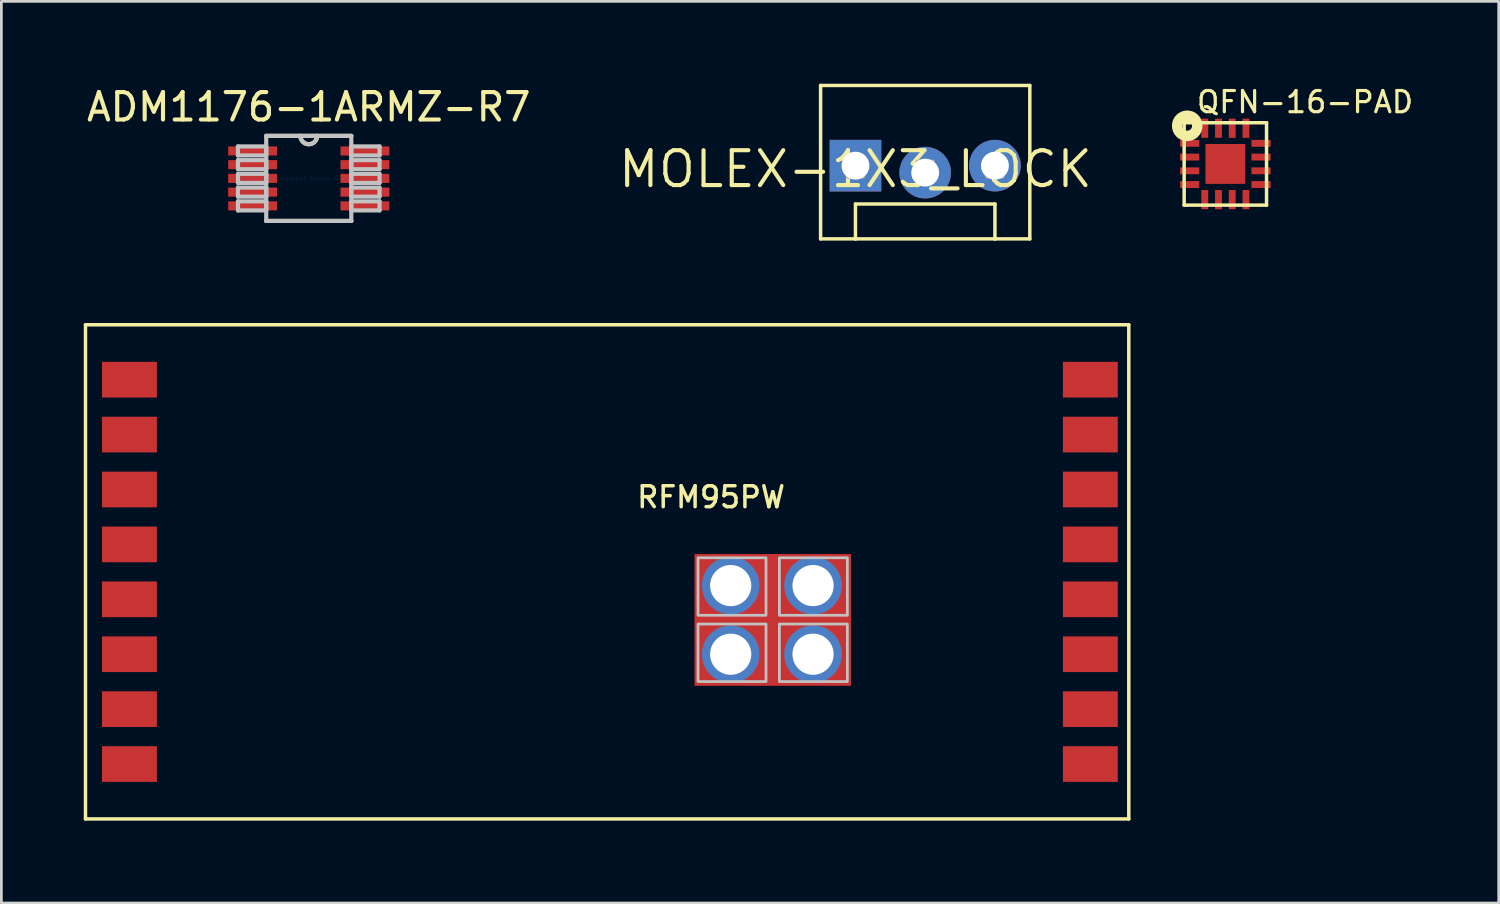
<source format=kicad_pcb>
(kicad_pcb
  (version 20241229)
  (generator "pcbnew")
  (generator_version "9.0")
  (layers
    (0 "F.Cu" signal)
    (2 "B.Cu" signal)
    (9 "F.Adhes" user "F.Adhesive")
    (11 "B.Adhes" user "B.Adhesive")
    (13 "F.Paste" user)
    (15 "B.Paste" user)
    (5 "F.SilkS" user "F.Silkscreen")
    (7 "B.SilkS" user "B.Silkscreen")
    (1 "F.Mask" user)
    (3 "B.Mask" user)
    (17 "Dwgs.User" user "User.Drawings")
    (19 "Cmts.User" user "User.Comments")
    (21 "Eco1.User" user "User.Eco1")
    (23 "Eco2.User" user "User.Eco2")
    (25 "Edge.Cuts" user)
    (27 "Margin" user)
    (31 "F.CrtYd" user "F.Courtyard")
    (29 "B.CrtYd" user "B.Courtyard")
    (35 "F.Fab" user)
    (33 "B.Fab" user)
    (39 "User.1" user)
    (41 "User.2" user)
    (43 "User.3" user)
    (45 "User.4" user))
  (footprint "RFM95PW"
    (layer "F.Cu")
    (at 19.064 17.279)
    (property "Reference" "RFM95PW" (at 1.016 -2.667 180) (layer "F.SilkS") (effects (font (size 0.762 0.762) (thickness 0.127)) (justify left top)))
    (attr through_hole)
    (fp_line (start -19 -8.5) (end 19 -8.5) (stroke (width 0.127) (type solid)) (layer "F.SilkS"))
    (fp_line (start -19 9.5) (end -19 -8.5) (stroke (width 0.127) (type solid)) (layer "F.SilkS"))
    (fp_line (start -19 9.5) (end 19 9.5) (stroke (width 0.127) (type solid)) (layer "F.SilkS"))
    (fp_line (start 19 9.5) (end 19 -8.5) (stroke (width 0.127) (type solid)) (layer "F.SilkS"))
    (fp_poly (pts (xy 5.787 2.083) (xy 3.31 2.083) (xy 3.31 -0.013) (xy 5.787 -0.013)) (stroke (width 0.1) (type solid)) (fill no) (layer "Dwgs.User"))
    (fp_poly (pts (xy 5.787 4.496) (xy 3.31 4.496) (xy 3.31 2.4) (xy 5.787 2.4)) (stroke (width 0.1) (type solid)) (fill no) (layer "Dwgs.User"))
    (fp_poly (pts (xy 8.75 2.083) (xy 6.274 2.083) (xy 6.274 -0.013) (xy 8.75 -0.013)) (stroke (width 0.1) (type solid)) (fill no) (layer "Dwgs.User"))
    (fp_poly (pts (xy 8.75 4.496) (xy 6.274 4.496) (xy 6.274 2.4) (xy 8.75 2.4)) (stroke (width 0.1) (type solid)) (fill no) (layer "Dwgs.User"))
    (pad "" thru_hole circle (at 4.5 1) (size 2.1 2.1) (drill 1.5) (layers "*.Cu" "*.Mask"))
    (pad "" thru_hole circle (at 4.5 3.5) (size 2.1 2.1) (drill 1.5) (layers "*.Cu" "*.Mask"))
    (pad "" thru_hole circle (at 7.5 1) (size 2.1 2.1) (drill 1.5) (layers "*.Cu" "*.Mask"))
    (pad "" thru_hole circle (at 7.5 3.5) (size 2.1 2.1) (drill 1.5) (layers "*.Cu" "*.Mask"))
    (pad "1" smd rect (at 17.6 7.5) (size 2 1.3) (layers "F.Cu" "F.Mask" "F.Paste"))
    (pad "2" smd rect (at 17.6 5.5) (size 2 1.3) (layers "F.Cu" "F.Mask" "F.Paste"))
    (pad "3" smd rect (at 17.6 3.5) (size 2 1.3) (layers "F.Cu" "F.Mask" "F.Paste"))
    (pad "4" smd rect (at 17.6 1.5) (size 2 1.3) (layers "F.Cu" "F.Mask" "F.Paste"))
    (pad "5" smd rect (at 17.6 -0.5) (size 2 1.3) (layers "F.Cu" "F.Mask" "F.Paste"))
    (pad "6" smd rect (at 17.6 -2.5) (size 2 1.3) (layers "F.Cu" "F.Mask" "F.Paste"))
    (pad "7" smd rect (at 17.6 -4.5) (size 2 1.3) (layers "F.Cu" "F.Mask" "F.Paste"))
    (pad "8" smd rect (at 17.6 -6.5) (size 2 1.3) (layers "F.Cu" "F.Mask" "F.Paste"))
    (pad "9" smd rect (at -17.4 -6.5) (size 2 1.3) (layers "F.Cu" "F.Mask" "F.Paste"))
    (pad "10" smd rect (at -17.4 -4.5) (size 2 1.3) (layers "F.Cu" "F.Mask" "F.Paste"))
    (pad "11" smd rect (at -17.4 -2.5) (size 2 1.3) (layers "F.Cu" "F.Mask" "F.Paste"))
    (pad "12" smd rect (at -17.4 -0.5) (size 2 1.3) (layers "F.Cu" "F.Mask" "F.Paste"))
    (pad "13" smd rect (at -17.4 1.5) (size 2 1.3) (layers "F.Cu" "F.Mask" "F.Paste"))
    (pad "14" smd rect (at -17.4 3.5) (size 2 1.3) (layers "F.Cu" "F.Mask" "F.Paste"))
    (pad "15" smd rect (at -17.4 5.5) (size 2 1.3) (layers "F.Cu" "F.Mask" "F.Paste"))
    (pad "16" smd rect (at -17.4 7.5) (size 2 1.3) (layers "F.Cu" "F.Mask" "F.Paste"))
    (pad "17" smd rect (at 6.032 2.25) (size 5.7 4.8) (layers "F.Cu" "F.Mask")))
  (footprint "QFN-16-PAD"
    (layer "F.Cu")
    (at 41.582 2.921)
    (property "Reference" "QFN-16-PAD" (at -1.106 -1.802 180) (layer "F.SilkS") (effects (font (size 0.772 0.772) (thickness 0.116)) (justify left bottom)))
    (attr through_hole)
    (fp_line (start -1.5 -1.5) (end 1.5 -1.5) (stroke (width 0.127) (type solid)) (layer "F.SilkS"))
    (fp_line (start -1.5 1.5) (end -1.5 -1.5) (stroke (width 0.127) (type solid)) (layer "F.SilkS"))
    (fp_line (start 1.5 -1.5) (end 1.5 1.5) (stroke (width 0.127) (type solid)) (layer "F.SilkS"))
    (fp_line (start 1.5 1.5) (end -1.5 1.5) (stroke (width 0.127) (type solid)) (layer "F.SilkS"))
    (fp_circle (center -1.389 -1.389) (end -1.212 -1.389) (stroke (width 0.381) (type solid)) (fill no) (layer "F.SilkS"))
    (pad "P$1" smd rect (at -1.3 -0.75 90) (size 0.25 0.7) (layers "F.Cu" "F.Mask" "F.Paste"))
    (pad "P$2" smd rect (at -1.3 -0.25 90) (size 0.25 0.7) (layers "F.Cu" "F.Mask" "F.Paste"))
    (pad "P$3" smd rect (at -1.3 0.25 90) (size 0.25 0.7) (layers "F.Cu" "F.Mask" "F.Paste"))
    (pad "P$4" smd rect (at -1.3 0.75 90) (size 0.25 0.7) (layers "F.Cu" "F.Mask" "F.Paste"))
    (pad "P$5" smd rect (at -0.75 1.3) (size 0.25 0.7) (layers "F.Cu" "F.Mask" "F.Paste"))
    (pad "P$6" smd rect (at -0.25 1.3) (size 0.25 0.7) (layers "F.Cu" "F.Mask" "F.Paste"))
    (pad "P$7" smd rect (at 0.25 1.3) (size 0.25 0.7) (layers "F.Cu" "F.Mask" "F.Paste"))
    (pad "P$8" smd rect (at 0.75 1.3) (size 0.25 0.7) (layers "F.Cu" "F.Mask" "F.Paste"))
    (pad "P$9" smd rect (at 1.3 0.75 270) (size 0.25 0.7) (layers "F.Cu" "F.Mask" "F.Paste"))
    (pad "P$10" smd rect (at 1.3 0.25 270) (size 0.25 0.7) (layers "F.Cu" "F.Mask" "F.Paste"))
    (pad "P$11" smd rect (at 1.3 -0.25 270) (size 0.25 0.7) (layers "F.Cu" "F.Mask" "F.Paste"))
    (pad "P$12" smd rect (at 1.3 -0.75 270) (size 0.25 0.7) (layers "F.Cu" "F.Mask" "F.Paste"))
    (pad "P$13" smd rect (at 0.75 -1.3 180) (size 0.25 0.7) (layers "F.Cu" "F.Mask" "F.Paste"))
    (pad "P$14" smd rect (at 0.25 -1.3 180) (size 0.25 0.7) (layers "F.Cu" "F.Mask" "F.Paste"))
    (pad "P$15" smd rect (at -0.25 -1.3 180) (size 0.25 0.7) (layers "F.Cu" "F.Mask" "F.Paste"))
    (pad "P$16" smd rect (at -0.75 -1.3 180) (size 0.25 0.7) (layers "F.Cu" "F.Mask" "F.Paste"))
    (pad "P$17" smd rect (at 0 0 270) (size 1.45 1.45) (layers "F.Cu" "F.Mask" "F.Paste")))
  (footprint "MOLEX-1X3_LOCK"
    (layer "F.Cu")
    (at 28.109 3.111)
    (property "Reference" "MOLEX-1X3_LOCK" (at 0 0 0) (layer "F.SilkS") (effects (font (size 1.27 1.27) (thickness 0.15))))
    (attr through_hole)
    (fp_line (start -1.27 -3.048) (end -1.27 2.54) (stroke (width 0.127) (type solid)) (layer "F.SilkS"))
    (fp_line (start 0 1.27) (end 5.08 1.27) (stroke (width 0.127) (type solid)) (layer "F.SilkS"))
    (fp_line (start 0 2.54) (end -1.27 2.54) (stroke (width 0.127) (type solid)) (layer "F.SilkS"))
    (fp_line (start 0 2.54) (end 0 1.27) (stroke (width 0.127) (type solid)) (layer "F.SilkS"))
    (fp_line (start 5.08 1.27) (end 5.08 2.54) (stroke (width 0.127) (type solid)) (layer "F.SilkS"))
    (fp_line (start 5.08 2.54) (end 0 2.54) (stroke (width 0.127) (type solid)) (layer "F.SilkS"))
    (fp_line (start 6.35 -3.048) (end -1.27 -3.048) (stroke (width 0.127) (type solid)) (layer "F.SilkS"))
    (fp_line (start 6.35 -3.048) (end 6.35 2.54) (stroke (width 0.127) (type solid)) (layer "F.SilkS"))
    (fp_line (start 6.35 2.54) (end 5.08 2.54) (stroke (width 0.127) (type solid)) (layer "F.SilkS"))
    (fp_poly (pts (xy -0.292 0.292) (xy 0.292 0.292) (xy 0.292 -0.292) (xy -0.292 -0.292)) (stroke (width 0.1) (type solid)) (fill no) (layer "F.Fab"))
    (fp_poly (pts (xy 2.248 0.292) (xy 2.832 0.292) (xy 2.832 -0.292) (xy 2.248 -0.292)) (stroke (width 0.1) (type solid)) (fill no) (layer "F.Fab"))
    (fp_poly (pts (xy 4.788 0.292) (xy 5.372 0.292) (xy 5.372 -0.292) (xy 4.788 -0.292)) (stroke (width 0.1) (type solid)) (fill no) (layer "F.Fab"))
    (pad "1" thru_hole rect (at 0 -0.127) (size 1.88 1.88) (drill 1.016) (layers "*.Cu" "*.Mask"))
    (pad "2" thru_hole circle (at 2.54 0.127) (size 1.88 1.88) (drill 1.016) (layers "*.Cu" "*.Mask"))
    (pad "3" thru_hole circle (at 5.08 -0.127) (size 1.88 1.88) (drill 1.016) (layers "*.Cu" "*.Mask")))
  (footprint "ADM1176-1ARMZ-R7"
    (layer "F.Cu")
    (at 8.196 3.448)
    (property "Reference" "ADM1176-1ARMZ-R7" (at 0 -2.6 0) (layer "F.SilkS") (effects (font (size 1 1) (thickness 0.15))))
    (attr through_hole)
    (fp_line (start -1.549 1.549) (end 1.549 1.549) (stroke (width 0.152) (type solid)) (layer "F.SilkS"))
    (fp_line (start 1.549 -1.549) (end -1.549 -1.549) (stroke (width 0.152) (type solid)) (layer "F.SilkS"))
    (fp_arc (start 0.3048 -1.5494) (mid 0 -1.2446) (end -0.3048 -1.5494) (stroke (width 0.1524) (type solid)) (layer "F.SilkS"))
    (fp_line (start -2.578 -1.165) (end -2.578 -0.835) (stroke (width 0.152) (type solid)) (layer "Dwgs.User"))
    (fp_line (start -2.578 -0.835) (end -1.549 -0.835) (stroke (width 0.152) (type solid)) (layer "Dwgs.User"))
    (fp_line (start -2.578 -0.665) (end -2.578 -0.335) (stroke (width 0.152) (type solid)) (layer "Dwgs.User"))
    (fp_line (start -2.578 -0.335) (end -1.549 -0.335) (stroke (width 0.152) (type solid)) (layer "Dwgs.User"))
    (fp_line (start -2.578 -0.165) (end -2.578 0.165) (stroke (width 0.152) (type solid)) (layer "Dwgs.User"))
    (fp_line (start -2.578 0.165) (end -1.549 0.165) (stroke (width 0.152) (type solid)) (layer "Dwgs.User"))
    (fp_line (start -2.578 0.335) (end -2.578 0.665) (stroke (width 0.152) (type solid)) (layer "Dwgs.User"))
    (fp_line (start -2.578 0.665) (end -1.549 0.665) (stroke (width 0.152) (type solid)) (layer "Dwgs.User"))
    (fp_line (start -2.578 0.835) (end -2.578 1.165) (stroke (width 0.152) (type solid)) (layer "Dwgs.User"))
    (fp_line (start -2.578 1.165) (end -1.549 1.165) (stroke (width 0.152) (type solid)) (layer "Dwgs.User"))
    (fp_line (start -1.549 -1.549) (end -1.549 1.549) (stroke (width 0.152) (type solid)) (layer "Dwgs.User"))
    (fp_line (start -1.549 -1.165) (end -2.578 -1.165) (stroke (width 0.152) (type solid)) (layer "Dwgs.User"))
    (fp_line (start -1.549 -0.835) (end -1.549 -1.165) (stroke (width 0.152) (type solid)) (layer "Dwgs.User"))
    (fp_line (start -1.549 -0.665) (end -2.578 -0.665) (stroke (width 0.152) (type solid)) (layer "Dwgs.User"))
    (fp_line (start -1.549 -0.335) (end -1.549 -0.665) (stroke (width 0.152) (type solid)) (layer "Dwgs.User"))
    (fp_line (start -1.549 -0.165) (end -2.578 -0.165) (stroke (width 0.152) (type solid)) (layer "Dwgs.User"))
    (fp_line (start -1.549 0.165) (end -1.549 -0.165) (stroke (width 0.152) (type solid)) (layer "Dwgs.User"))
    (fp_line (start -1.549 0.335) (end -2.578 0.335) (stroke (width 0.152) (type solid)) (layer "Dwgs.User"))
    (fp_line (start -1.549 0.665) (end -1.549 0.335) (stroke (width 0.152) (type solid)) (layer "Dwgs.User"))
    (fp_line (start -1.549 0.835) (end -2.578 0.835) (stroke (width 0.152) (type solid)) (layer "Dwgs.User"))
    (fp_line (start -1.549 1.165) (end -1.549 0.835) (stroke (width 0.152) (type solid)) (layer "Dwgs.User"))
    (fp_line (start -1.549 1.549) (end 1.549 1.549) (stroke (width 0.152) (type solid)) (layer "Dwgs.User"))
    (fp_line (start 1.549 -1.549) (end -1.549 -1.549) (stroke (width 0.152) (type solid)) (layer "Dwgs.User"))
    (fp_line (start 1.549 -1.165) (end 1.549 -0.835) (stroke (width 0.152) (type solid)) (layer "Dwgs.User"))
    (fp_line (start 1.549 -0.835) (end 2.578 -0.835) (stroke (width 0.152) (type solid)) (layer "Dwgs.User"))
    (fp_line (start 1.549 -0.665) (end 1.549 -0.335) (stroke (width 0.152) (type solid)) (layer "Dwgs.User"))
    (fp_line (start 1.549 -0.335) (end 2.578 -0.335) (stroke (width 0.152) (type solid)) (layer "Dwgs.User"))
    (fp_line (start 1.549 -0.165) (end 1.549 0.165) (stroke (width 0.152) (type solid)) (layer "Dwgs.User"))
    (fp_line (start 1.549 0.165) (end 2.578 0.165) (stroke (width 0.152) (type solid)) (layer "Dwgs.User"))
    (fp_line (start 1.549 0.335) (end 1.549 0.665) (stroke (width 0.152) (type solid)) (layer "Dwgs.User"))
    (fp_line (start 1.549 0.665) (end 2.578 0.665) (stroke (width 0.152) (type solid)) (layer "Dwgs.User"))
    (fp_line (start 1.549 0.835) (end 1.549 1.165) (stroke (width 0.152) (type solid)) (layer "Dwgs.User"))
    (fp_line (start 1.549 1.165) (end 2.578 1.165) (stroke (width 0.152) (type solid)) (layer "Dwgs.User"))
    (fp_line (start 1.549 1.549) (end 1.549 -1.549) (stroke (width 0.152) (type solid)) (layer "Dwgs.User"))
    (fp_line (start 2.578 -1.165) (end 1.549 -1.165) (stroke (width 0.152) (type solid)) (layer "Dwgs.User"))
    (fp_line (start 2.578 -0.835) (end 2.578 -1.165) (stroke (width 0.152) (type solid)) (layer "Dwgs.User"))
    (fp_line (start 2.578 -0.665) (end 1.549 -0.665) (stroke (width 0.152) (type solid)) (layer "Dwgs.User"))
    (fp_line (start 2.578 -0.335) (end 2.578 -0.665) (stroke (width 0.152) (type solid)) (layer "Dwgs.User"))
    (fp_line (start 2.578 -0.165) (end 1.549 -0.165) (stroke (width 0.152) (type solid)) (layer "Dwgs.User"))
    (fp_line (start 2.578 0.165) (end 2.578 -0.165) (stroke (width 0.152) (type solid)) (layer "Dwgs.User"))
    (fp_line (start 2.578 0.335) (end 1.549 0.335) (stroke (width 0.152) (type solid)) (layer "Dwgs.User"))
    (fp_line (start 2.578 0.665) (end 2.578 0.335) (stroke (width 0.152) (type solid)) (layer "Dwgs.User"))
    (fp_line (start 2.578 0.835) (end 1.549 0.835) (stroke (width 0.152) (type solid)) (layer "Dwgs.User"))
    (fp_line (start 2.578 1.165) (end 2.578 0.835) (stroke (width 0.152) (type solid)) (layer "Dwgs.User"))
    (fp_arc (start 0.3048 -1.5494) (mid 0 -1.2446) (end -0.3048 -1.5494) (stroke (width 0.1524) (type solid)) (layer "Dwgs.User"))
    (fp_text user "Copyright 2016 Accelerated Designs. All rights reserved." (at 0 0 0) (layer "Cmts.User") (effects (font (size 0.127 0.127) (thickness 0.002))))
    (pad "1" smd rect (at -2.045 -1) (size 1.778 0.33) (layers "F.Cu" "F.Mask" "F.Paste"))
    (pad "2" smd rect (at -2.045 -0.5) (size 1.778 0.33) (layers "F.Cu" "F.Mask" "F.Paste"))
    (pad "3" smd rect (at -2.045 0) (size 1.778 0.33) (layers "F.Cu" "F.Mask" "F.Paste"))
    (pad "4" smd rect (at -2.045 0.5) (size 1.778 0.33) (layers "F.Cu" "F.Mask" "F.Paste"))
    (pad "5" smd rect (at -2.045 1) (size 1.778 0.33) (layers "F.Cu" "F.Mask" "F.Paste"))
    (pad "6" smd rect (at 2.045 1) (size 1.778 0.33) (layers "F.Cu" "F.Mask" "F.Paste"))
    (pad "7" smd rect (at 2.045 0.5) (size 1.778 0.33) (layers "F.Cu" "F.Mask" "F.Paste"))
    (pad "8" smd rect (at 2.045 0) (size 1.778 0.33) (layers "F.Cu" "F.Mask" "F.Paste"))
    (pad "9" smd rect (at 2.045 -0.5) (size 1.778 0.33) (layers "F.Cu" "F.Mask" "F.Paste"))
    (pad "10" smd rect (at 2.045 -1) (size 1.778 0.33) (layers "F.Cu" "F.Mask" "F.Paste")))
  (gr_rect
    (start -3 -3)
    (end 51.538 29.842)
    (stroke (width 0.1) (type default))
    (fill no)
    (layer "Edge.Cuts")))
</source>
